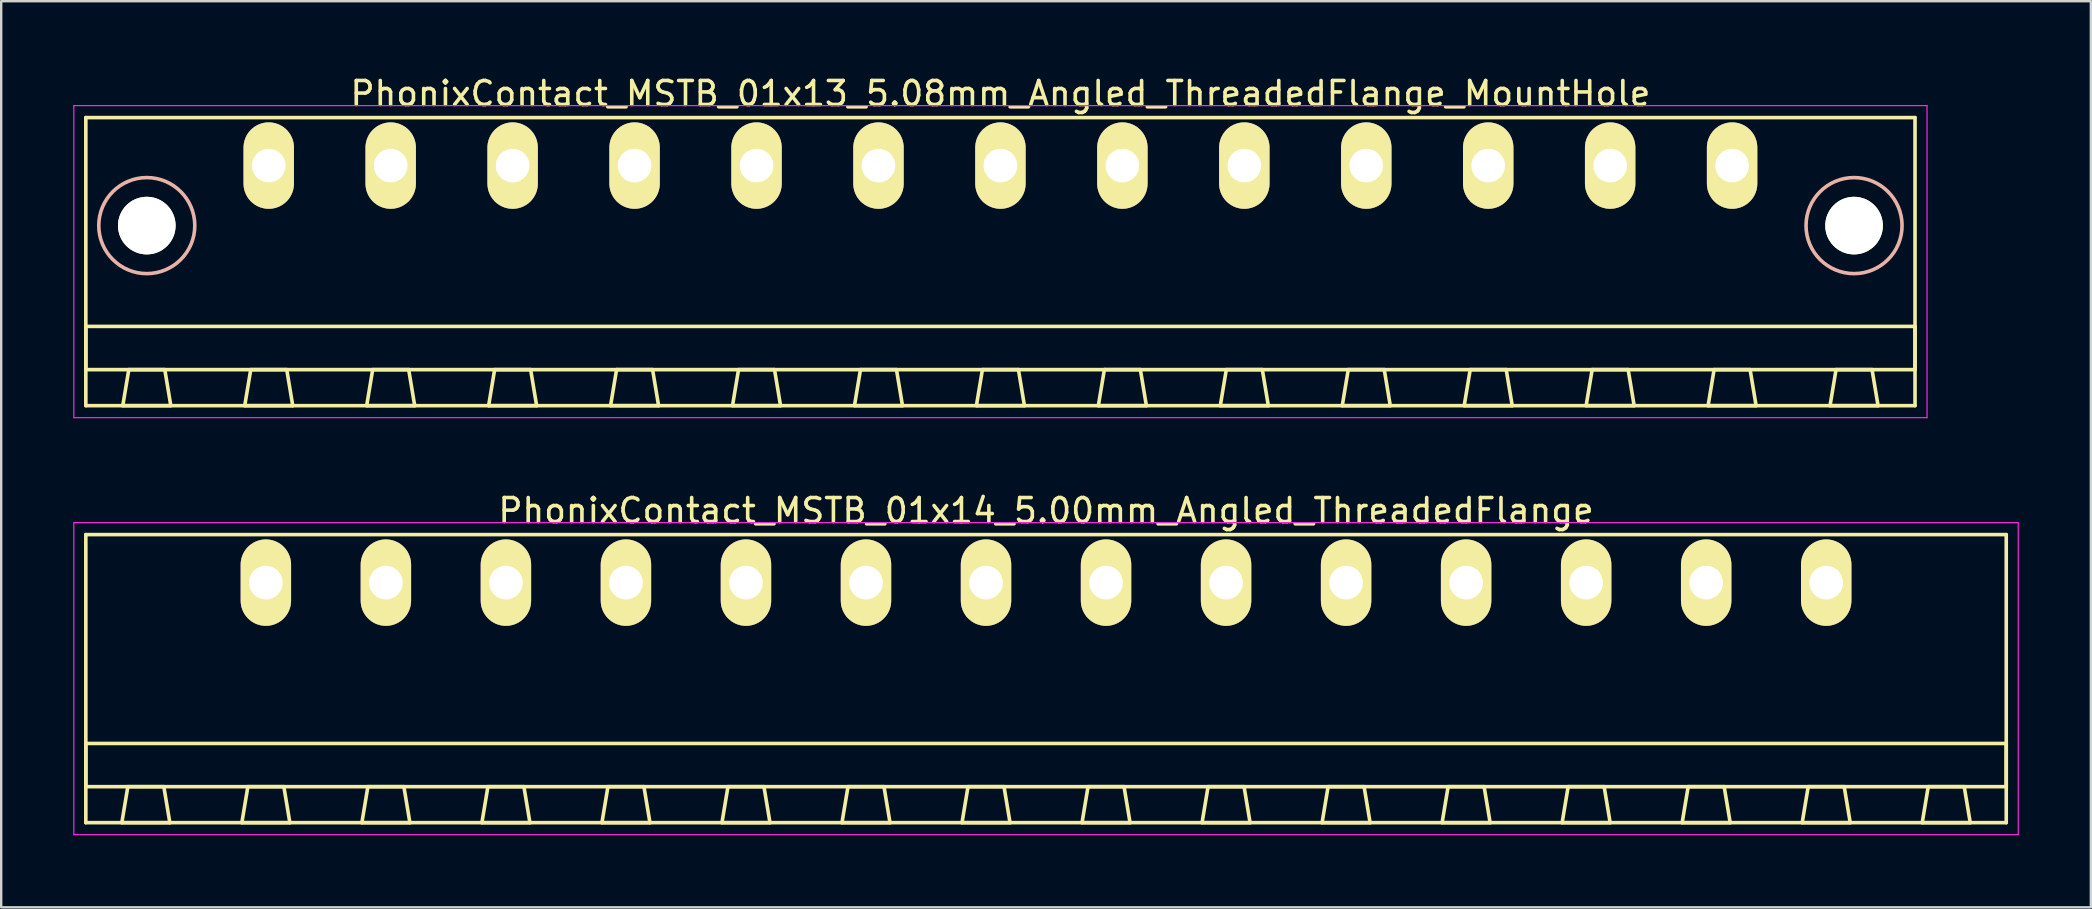
<source format=kicad_pcb>
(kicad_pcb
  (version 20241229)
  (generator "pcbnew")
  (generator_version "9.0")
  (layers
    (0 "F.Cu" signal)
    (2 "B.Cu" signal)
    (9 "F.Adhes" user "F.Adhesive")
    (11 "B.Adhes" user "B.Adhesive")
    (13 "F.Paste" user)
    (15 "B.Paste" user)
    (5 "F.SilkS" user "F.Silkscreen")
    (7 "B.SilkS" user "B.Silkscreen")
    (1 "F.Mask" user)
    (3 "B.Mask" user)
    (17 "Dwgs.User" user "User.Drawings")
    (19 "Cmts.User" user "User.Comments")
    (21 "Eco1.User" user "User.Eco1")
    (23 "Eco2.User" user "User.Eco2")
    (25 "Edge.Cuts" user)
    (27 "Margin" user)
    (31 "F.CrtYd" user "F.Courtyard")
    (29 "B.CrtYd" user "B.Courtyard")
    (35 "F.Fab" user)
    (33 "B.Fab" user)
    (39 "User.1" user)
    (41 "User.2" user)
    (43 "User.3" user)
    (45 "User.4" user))
  (footprint "PhonixContact_MSTB_01x13_5.08mm_Angled_ThreadedFlange_MountHole"
    (layer "F.Cu")
    (at 8.145 3.848)
    (property "Reference" "PhonixContact_MSTB_01x13_5.08mm_Angled_ThreadedFlange_MountHole" (at 30.48 -3 0) (layer "F.SilkS") (effects (font (size 1 1) (thickness 0.15))))
    (attr through_hole)
    (fp_line (start -7.62 -2) (end -7.62 10) (stroke (width 0.15) (type solid)) (layer "F.SilkS"))
    (fp_line (start -7.62 6.7) (end 68.58 6.7) (stroke (width 0.15) (type solid)) (layer "F.SilkS"))
    (fp_line (start -7.62 8.5) (end -7.62 6.7) (stroke (width 0.15) (type solid)) (layer "F.SilkS"))
    (fp_line (start -7.62 10) (end 68.58 10) (stroke (width 0.15) (type solid)) (layer "F.SilkS"))
    (fp_line (start -6.08 10) (end -4.08 10) (stroke (width 0.15) (type solid)) (layer "F.SilkS"))
    (fp_line (start -5.83 8.5) (end -6.08 10) (stroke (width 0.15) (type solid)) (layer "F.SilkS"))
    (fp_line (start -4.33 8.5) (end -5.83 8.5) (stroke (width 0.15) (type solid)) (layer "F.SilkS"))
    (fp_line (start -4.08 10) (end -4.33 8.5) (stroke (width 0.15) (type solid)) (layer "F.SilkS"))
    (fp_line (start -1 10) (end 1 10) (stroke (width 0.15) (type solid)) (layer "F.SilkS"))
    (fp_line (start -0.75 8.5) (end -1 10) (stroke (width 0.15) (type solid)) (layer "F.SilkS"))
    (fp_line (start 0.75 8.5) (end -0.75 8.5) (stroke (width 0.15) (type solid)) (layer "F.SilkS"))
    (fp_line (start 1 10) (end 0.75 8.5) (stroke (width 0.15) (type solid)) (layer "F.SilkS"))
    (fp_line (start 4.08 10) (end 6.08 10) (stroke (width 0.15) (type solid)) (layer "F.SilkS"))
    (fp_line (start 4.33 8.5) (end 4.08 10) (stroke (width 0.15) (type solid)) (layer "F.SilkS"))
    (fp_line (start 5.83 8.5) (end 4.33 8.5) (stroke (width 0.15) (type solid)) (layer "F.SilkS"))
    (fp_line (start 6.08 10) (end 5.83 8.5) (stroke (width 0.15) (type solid)) (layer "F.SilkS"))
    (fp_line (start 9.16 10) (end 11.16 10) (stroke (width 0.15) (type solid)) (layer "F.SilkS"))
    (fp_line (start 9.41 8.5) (end 9.16 10) (stroke (width 0.15) (type solid)) (layer "F.SilkS"))
    (fp_line (start 10.91 8.5) (end 9.41 8.5) (stroke (width 0.15) (type solid)) (layer "F.SilkS"))
    (fp_line (start 11.16 10) (end 10.91 8.5) (stroke (width 0.15) (type solid)) (layer "F.SilkS"))
    (fp_line (start 14.24 10) (end 16.24 10) (stroke (width 0.15) (type solid)) (layer "F.SilkS"))
    (fp_line (start 14.49 8.5) (end 14.24 10) (stroke (width 0.15) (type solid)) (layer "F.SilkS"))
    (fp_line (start 15.99 8.5) (end 14.49 8.5) (stroke (width 0.15) (type solid)) (layer "F.SilkS"))
    (fp_line (start 16.24 10) (end 15.99 8.5) (stroke (width 0.15) (type solid)) (layer "F.SilkS"))
    (fp_line (start 19.32 10) (end 21.32 10) (stroke (width 0.15) (type solid)) (layer "F.SilkS"))
    (fp_line (start 19.57 8.5) (end 19.32 10) (stroke (width 0.15) (type solid)) (layer "F.SilkS"))
    (fp_line (start 21.07 8.5) (end 19.57 8.5) (stroke (width 0.15) (type solid)) (layer "F.SilkS"))
    (fp_line (start 21.32 10) (end 21.07 8.5) (stroke (width 0.15) (type solid)) (layer "F.SilkS"))
    (fp_line (start 24.4 10) (end 26.4 10) (stroke (width 0.15) (type solid)) (layer "F.SilkS"))
    (fp_line (start 24.65 8.5) (end 24.4 10) (stroke (width 0.15) (type solid)) (layer "F.SilkS"))
    (fp_line (start 26.15 8.5) (end 24.65 8.5) (stroke (width 0.15) (type solid)) (layer "F.SilkS"))
    (fp_line (start 26.4 10) (end 26.15 8.5) (stroke (width 0.15) (type solid)) (layer "F.SilkS"))
    (fp_line (start 29.48 10) (end 31.48 10) (stroke (width 0.15) (type solid)) (layer "F.SilkS"))
    (fp_line (start 29.73 8.5) (end 29.48 10) (stroke (width 0.15) (type solid)) (layer "F.SilkS"))
    (fp_line (start 31.23 8.5) (end 29.73 8.5) (stroke (width 0.15) (type solid)) (layer "F.SilkS"))
    (fp_line (start 31.48 10) (end 31.23 8.5) (stroke (width 0.15) (type solid)) (layer "F.SilkS"))
    (fp_line (start 34.56 10) (end 36.56 10) (stroke (width 0.15) (type solid)) (layer "F.SilkS"))
    (fp_line (start 34.81 8.5) (end 34.56 10) (stroke (width 0.15) (type solid)) (layer "F.SilkS"))
    (fp_line (start 36.31 8.5) (end 34.81 8.5) (stroke (width 0.15) (type solid)) (layer "F.SilkS"))
    (fp_line (start 36.56 10) (end 36.31 8.5) (stroke (width 0.15) (type solid)) (layer "F.SilkS"))
    (fp_line (start 39.64 10) (end 41.64 10) (stroke (width 0.15) (type solid)) (layer "F.SilkS"))
    (fp_line (start 39.89 8.5) (end 39.64 10) (stroke (width 0.15) (type solid)) (layer "F.SilkS"))
    (fp_line (start 41.39 8.5) (end 39.89 8.5) (stroke (width 0.15) (type solid)) (layer "F.SilkS"))
    (fp_line (start 41.64 10) (end 41.39 8.5) (stroke (width 0.15) (type solid)) (layer "F.SilkS"))
    (fp_line (start 44.72 10) (end 46.72 10) (stroke (width 0.15) (type solid)) (layer "F.SilkS"))
    (fp_line (start 44.97 8.5) (end 44.72 10) (stroke (width 0.15) (type solid)) (layer "F.SilkS"))
    (fp_line (start 46.47 8.5) (end 44.97 8.5) (stroke (width 0.15) (type solid)) (layer "F.SilkS"))
    (fp_line (start 46.72 10) (end 46.47 8.5) (stroke (width 0.15) (type solid)) (layer "F.SilkS"))
    (fp_line (start 49.8 10) (end 51.8 10) (stroke (width 0.15) (type solid)) (layer "F.SilkS"))
    (fp_line (start 50.05 8.5) (end 49.8 10) (stroke (width 0.15) (type solid)) (layer "F.SilkS"))
    (fp_line (start 51.55 8.5) (end 50.05 8.5) (stroke (width 0.15) (type solid)) (layer "F.SilkS"))
    (fp_line (start 51.8 10) (end 51.55 8.5) (stroke (width 0.15) (type solid)) (layer "F.SilkS"))
    (fp_line (start 54.88 10) (end 56.88 10) (stroke (width 0.15) (type solid)) (layer "F.SilkS"))
    (fp_line (start 55.13 8.5) (end 54.88 10) (stroke (width 0.15) (type solid)) (layer "F.SilkS"))
    (fp_line (start 56.63 8.5) (end 55.13 8.5) (stroke (width 0.15) (type solid)) (layer "F.SilkS"))
    (fp_line (start 56.88 10) (end 56.63 8.5) (stroke (width 0.15) (type solid)) (layer "F.SilkS"))
    (fp_line (start 59.96 10) (end 61.96 10) (stroke (width 0.15) (type solid)) (layer "F.SilkS"))
    (fp_line (start 60.21 8.5) (end 59.96 10) (stroke (width 0.15) (type solid)) (layer "F.SilkS"))
    (fp_line (start 61.71 8.5) (end 60.21 8.5) (stroke (width 0.15) (type solid)) (layer "F.SilkS"))
    (fp_line (start 61.96 10) (end 61.71 8.5) (stroke (width 0.15) (type solid)) (layer "F.SilkS"))
    (fp_line (start 65.04 10) (end 67.04 10) (stroke (width 0.15) (type solid)) (layer "F.SilkS"))
    (fp_line (start 65.29 8.5) (end 65.04 10) (stroke (width 0.15) (type solid)) (layer "F.SilkS"))
    (fp_line (start 66.79 8.5) (end 65.29 8.5) (stroke (width 0.15) (type solid)) (layer "F.SilkS"))
    (fp_line (start 67.04 10) (end 66.79 8.5) (stroke (width 0.15) (type solid)) (layer "F.SilkS"))
    (fp_line (start 68.58 -2) (end -7.62 -2) (stroke (width 0.15) (type solid)) (layer "F.SilkS"))
    (fp_line (start 68.58 6.7) (end 68.58 8.5) (stroke (width 0.15) (type solid)) (layer "F.SilkS"))
    (fp_line (start 68.58 8.5) (end -7.62 8.5) (stroke (width 0.15) (type solid)) (layer "F.SilkS"))
    (fp_line (start 68.58 10) (end 68.58 -2) (stroke (width 0.15) (type solid)) (layer "F.SilkS"))
    (fp_circle (center -5.08 2.5) (end -3.08 2.5) (stroke (width 0.15) (type solid)) (fill no) (layer "B.SilkS"))
    (fp_circle (center 66.04 2.5) (end 68.04 2.5) (stroke (width 0.15) (type solid)) (fill no) (layer "B.SilkS"))
    (fp_line (start -8.12 -2.5) (end -8.12 10.5) (stroke (width 0.05) (type solid)) (layer "F.CrtYd"))
    (fp_line (start -8.12 10.5) (end 69.08 10.5) (stroke (width 0.05) (type solid)) (layer "F.CrtYd"))
    (fp_line (start 69.08 -2.5) (end -8.12 -2.5) (stroke (width 0.05) (type solid)) (layer "F.CrtYd"))
    (fp_line (start 69.08 10.5) (end 69.08 -2.5) (stroke (width 0.05) (type solid)) (layer "F.CrtYd"))
    (pad "" np_thru_hole circle (at -5.08 2.5) (size 2.4 2.4) (drill 2.4) (layers "*.Cu" "*.Mask" "F.SilkS"))
    (pad "" np_thru_hole circle (at 66.04 2.5) (size 2.4 2.4) (drill 2.4) (layers "*.Cu" "*.Mask" "F.SilkS"))
    (pad "1" thru_hole oval (at 0 0) (size 2.1 3.6) (drill 1.4) (layers "*.Cu" "*.Mask" "F.SilkS"))
    (pad "2" thru_hole oval (at 5.08 0) (size 2.1 3.6) (drill 1.4) (layers "*.Cu" "*.Mask" "F.SilkS"))
    (pad "3" thru_hole oval (at 10.16 0) (size 2.1 3.6) (drill 1.4) (layers "*.Cu" "*.Mask" "F.SilkS"))
    (pad "4" thru_hole oval (at 15.24 0) (size 2.1 3.6) (drill 1.4) (layers "*.Cu" "*.Mask" "F.SilkS"))
    (pad "5" thru_hole oval (at 20.32 0) (size 2.1 3.6) (drill 1.4) (layers "*.Cu" "*.Mask" "F.SilkS"))
    (pad "6" thru_hole oval (at 25.4 0) (size 2.1 3.6) (drill 1.4) (layers "*.Cu" "*.Mask" "F.SilkS"))
    (pad "7" thru_hole oval (at 30.48 0) (size 2.1 3.6) (drill 1.4) (layers "*.Cu" "*.Mask" "F.SilkS"))
    (pad "8" thru_hole oval (at 35.56 0) (size 2.1 3.6) (drill 1.4) (layers "*.Cu" "*.Mask" "F.SilkS"))
    (pad "9" thru_hole oval (at 40.64 0) (size 2.1 3.6) (drill 1.4) (layers "*.Cu" "*.Mask" "F.SilkS"))
    (pad "10" thru_hole oval (at 45.72 0) (size 2.1 3.6) (drill 1.4) (layers "*.Cu" "*.Mask" "F.SilkS"))
    (pad "11" thru_hole oval (at 50.8 0) (size 2.1 3.6) (drill 1.4) (layers "*.Cu" "*.Mask" "F.SilkS"))
    (pad "12" thru_hole oval (at 55.88 0) (size 2.1 3.6) (drill 1.4) (layers "*.Cu" "*.Mask" "F.SilkS"))
    (pad "13" thru_hole oval (at 60.96 0) (size 2.1 3.6) (drill 1.4) (layers "*.Cu" "*.Mask" "F.SilkS")))
  (footprint "PhonixContact_MSTB_01x14_5.00mm_Angled_ThreadedFlange"
    (layer "F.Cu")
    (at 8.025 21.221)
    (property "Reference" "PhonixContact_MSTB_01x14_5.00mm_Angled_ThreadedFlange" (at 32.5 -3 0) (layer "F.SilkS") (effects (font (size 1 1) (thickness 0.15))))
    (attr through_hole)
    (fp_line (start -7.5 -2) (end -7.5 10) (stroke (width 0.15) (type solid)) (layer "F.SilkS"))
    (fp_line (start -7.5 6.7) (end 72.5 6.7) (stroke (width 0.15) (type solid)) (layer "F.SilkS"))
    (fp_line (start -7.5 8.5) (end -7.5 6.7) (stroke (width 0.15) (type solid)) (layer "F.SilkS"))
    (fp_line (start -7.5 10) (end 72.5 10) (stroke (width 0.15) (type solid)) (layer "F.SilkS"))
    (fp_line (start -6 10) (end -4 10) (stroke (width 0.15) (type solid)) (layer "F.SilkS"))
    (fp_line (start -5.75 8.5) (end -6 10) (stroke (width 0.15) (type solid)) (layer "F.SilkS"))
    (fp_line (start -4.25 8.5) (end -5.75 8.5) (stroke (width 0.15) (type solid)) (layer "F.SilkS"))
    (fp_line (start -4 10) (end -4.25 8.5) (stroke (width 0.15) (type solid)) (layer "F.SilkS"))
    (fp_line (start -1 10) (end 1 10) (stroke (width 0.15) (type solid)) (layer "F.SilkS"))
    (fp_line (start -0.75 8.5) (end -1 10) (stroke (width 0.15) (type solid)) (layer "F.SilkS"))
    (fp_line (start 0.75 8.5) (end -0.75 8.5) (stroke (width 0.15) (type solid)) (layer "F.SilkS"))
    (fp_line (start 1 10) (end 0.75 8.5) (stroke (width 0.15) (type solid)) (layer "F.SilkS"))
    (fp_line (start 4 10) (end 6 10) (stroke (width 0.15) (type solid)) (layer "F.SilkS"))
    (fp_line (start 4.25 8.5) (end 4 10) (stroke (width 0.15) (type solid)) (layer "F.SilkS"))
    (fp_line (start 5.75 8.5) (end 4.25 8.5) (stroke (width 0.15) (type solid)) (layer "F.SilkS"))
    (fp_line (start 6 10) (end 5.75 8.5) (stroke (width 0.15) (type solid)) (layer "F.SilkS"))
    (fp_line (start 9 10) (end 11 10) (stroke (width 0.15) (type solid)) (layer "F.SilkS"))
    (fp_line (start 9.25 8.5) (end 9 10) (stroke (width 0.15) (type solid)) (layer "F.SilkS"))
    (fp_line (start 10.75 8.5) (end 9.25 8.5) (stroke (width 0.15) (type solid)) (layer "F.SilkS"))
    (fp_line (start 11 10) (end 10.75 8.5) (stroke (width 0.15) (type solid)) (layer "F.SilkS"))
    (fp_line (start 14 10) (end 16 10) (stroke (width 0.15) (type solid)) (layer "F.SilkS"))
    (fp_line (start 14.25 8.5) (end 14 10) (stroke (width 0.15) (type solid)) (layer "F.SilkS"))
    (fp_line (start 15.75 8.5) (end 14.25 8.5) (stroke (width 0.15) (type solid)) (layer "F.SilkS"))
    (fp_line (start 16 10) (end 15.75 8.5) (stroke (width 0.15) (type solid)) (layer "F.SilkS"))
    (fp_line (start 19 10) (end 21 10) (stroke (width 0.15) (type solid)) (layer "F.SilkS"))
    (fp_line (start 19.25 8.5) (end 19 10) (stroke (width 0.15) (type solid)) (layer "F.SilkS"))
    (fp_line (start 20.75 8.5) (end 19.25 8.5) (stroke (width 0.15) (type solid)) (layer "F.SilkS"))
    (fp_line (start 21 10) (end 20.75 8.5) (stroke (width 0.15) (type solid)) (layer "F.SilkS"))
    (fp_line (start 24 10) (end 26 10) (stroke (width 0.15) (type solid)) (layer "F.SilkS"))
    (fp_line (start 24.25 8.5) (end 24 10) (stroke (width 0.15) (type solid)) (layer "F.SilkS"))
    (fp_line (start 25.75 8.5) (end 24.25 8.5) (stroke (width 0.15) (type solid)) (layer "F.SilkS"))
    (fp_line (start 26 10) (end 25.75 8.5) (stroke (width 0.15) (type solid)) (layer "F.SilkS"))
    (fp_line (start 29 10) (end 31 10) (stroke (width 0.15) (type solid)) (layer "F.SilkS"))
    (fp_line (start 29.25 8.5) (end 29 10) (stroke (width 0.15) (type solid)) (layer "F.SilkS"))
    (fp_line (start 30.75 8.5) (end 29.25 8.5) (stroke (width 0.15) (type solid)) (layer "F.SilkS"))
    (fp_line (start 31 10) (end 30.75 8.5) (stroke (width 0.15) (type solid)) (layer "F.SilkS"))
    (fp_line (start 34 10) (end 36 10) (stroke (width 0.15) (type solid)) (layer "F.SilkS"))
    (fp_line (start 34.25 8.5) (end 34 10) (stroke (width 0.15) (type solid)) (layer "F.SilkS"))
    (fp_line (start 35.75 8.5) (end 34.25 8.5) (stroke (width 0.15) (type solid)) (layer "F.SilkS"))
    (fp_line (start 36 10) (end 35.75 8.5) (stroke (width 0.15) (type solid)) (layer "F.SilkS"))
    (fp_line (start 39 10) (end 41 10) (stroke (width 0.15) (type solid)) (layer "F.SilkS"))
    (fp_line (start 39.25 8.5) (end 39 10) (stroke (width 0.15) (type solid)) (layer "F.SilkS"))
    (fp_line (start 40.75 8.5) (end 39.25 8.5) (stroke (width 0.15) (type solid)) (layer "F.SilkS"))
    (fp_line (start 41 10) (end 40.75 8.5) (stroke (width 0.15) (type solid)) (layer "F.SilkS"))
    (fp_line (start 44 10) (end 46 10) (stroke (width 0.15) (type solid)) (layer "F.SilkS"))
    (fp_line (start 44.25 8.5) (end 44 10) (stroke (width 0.15) (type solid)) (layer "F.SilkS"))
    (fp_line (start 45.75 8.5) (end 44.25 8.5) (stroke (width 0.15) (type solid)) (layer "F.SilkS"))
    (fp_line (start 46 10) (end 45.75 8.5) (stroke (width 0.15) (type solid)) (layer "F.SilkS"))
    (fp_line (start 49 10) (end 51 10) (stroke (width 0.15) (type solid)) (layer "F.SilkS"))
    (fp_line (start 49.25 8.5) (end 49 10) (stroke (width 0.15) (type solid)) (layer "F.SilkS"))
    (fp_line (start 50.75 8.5) (end 49.25 8.5) (stroke (width 0.15) (type solid)) (layer "F.SilkS"))
    (fp_line (start 51 10) (end 50.75 8.5) (stroke (width 0.15) (type solid)) (layer "F.SilkS"))
    (fp_line (start 54 10) (end 56 10) (stroke (width 0.15) (type solid)) (layer "F.SilkS"))
    (fp_line (start 54.25 8.5) (end 54 10) (stroke (width 0.15) (type solid)) (layer "F.SilkS"))
    (fp_line (start 55.75 8.5) (end 54.25 8.5) (stroke (width 0.15) (type solid)) (layer "F.SilkS"))
    (fp_line (start 56 10) (end 55.75 8.5) (stroke (width 0.15) (type solid)) (layer "F.SilkS"))
    (fp_line (start 59 10) (end 61 10) (stroke (width 0.15) (type solid)) (layer "F.SilkS"))
    (fp_line (start 59.25 8.5) (end 59 10) (stroke (width 0.15) (type solid)) (layer "F.SilkS"))
    (fp_line (start 60.75 8.5) (end 59.25 8.5) (stroke (width 0.15) (type solid)) (layer "F.SilkS"))
    (fp_line (start 61 10) (end 60.75 8.5) (stroke (width 0.15) (type solid)) (layer "F.SilkS"))
    (fp_line (start 64 10) (end 66 10) (stroke (width 0.15) (type solid)) (layer "F.SilkS"))
    (fp_line (start 64.25 8.5) (end 64 10) (stroke (width 0.15) (type solid)) (layer "F.SilkS"))
    (fp_line (start 65.75 8.5) (end 64.25 8.5) (stroke (width 0.15) (type solid)) (layer "F.SilkS"))
    (fp_line (start 66 10) (end 65.75 8.5) (stroke (width 0.15) (type solid)) (layer "F.SilkS"))
    (fp_line (start 69 10) (end 71 10) (stroke (width 0.15) (type solid)) (layer "F.SilkS"))
    (fp_line (start 69.25 8.5) (end 69 10) (stroke (width 0.15) (type solid)) (layer "F.SilkS"))
    (fp_line (start 70.75 8.5) (end 69.25 8.5) (stroke (width 0.15) (type solid)) (layer "F.SilkS"))
    (fp_line (start 71 10) (end 70.75 8.5) (stroke (width 0.15) (type solid)) (layer "F.SilkS"))
    (fp_line (start 72.5 -2) (end -7.5 -2) (stroke (width 0.15) (type solid)) (layer "F.SilkS"))
    (fp_line (start 72.5 6.7) (end 72.5 8.5) (stroke (width 0.15) (type solid)) (layer "F.SilkS"))
    (fp_line (start 72.5 8.5) (end -7.5 8.5) (stroke (width 0.15) (type solid)) (layer "F.SilkS"))
    (fp_line (start 72.5 10) (end 72.5 -2) (stroke (width 0.15) (type solid)) (layer "F.SilkS"))
    (fp_line (start -8 -2.5) (end -8 10.5) (stroke (width 0.05) (type solid)) (layer "F.CrtYd"))
    (fp_line (start -8 10.5) (end 73 10.5) (stroke (width 0.05) (type solid)) (layer "F.CrtYd"))
    (fp_line (start 73 -2.5) (end -8 -2.5) (stroke (width 0.05) (type solid)) (layer "F.CrtYd"))
    (fp_line (start 73 10.5) (end 73 -2.5) (stroke (width 0.05) (type solid)) (layer "F.CrtYd"))
    (pad "1" thru_hole oval (at 0 0) (size 2.1 3.6) (drill 1.4) (layers "*.Cu" "*.Mask" "F.SilkS"))
    (pad "2" thru_hole oval (at 5 0) (size 2.1 3.6) (drill 1.4) (layers "*.Cu" "*.Mask" "F.SilkS"))
    (pad "3" thru_hole oval (at 10 0) (size 2.1 3.6) (drill 1.4) (layers "*.Cu" "*.Mask" "F.SilkS"))
    (pad "4" thru_hole oval (at 15 0) (size 2.1 3.6) (drill 1.4) (layers "*.Cu" "*.Mask" "F.SilkS"))
    (pad "5" thru_hole oval (at 20 0) (size 2.1 3.6) (drill 1.4) (layers "*.Cu" "*.Mask" "F.SilkS"))
    (pad "6" thru_hole oval (at 25 0) (size 2.1 3.6) (drill 1.4) (layers "*.Cu" "*.Mask" "F.SilkS"))
    (pad "7" thru_hole oval (at 30 0) (size 2.1 3.6) (drill 1.4) (layers "*.Cu" "*.Mask" "F.SilkS"))
    (pad "8" thru_hole oval (at 35 0) (size 2.1 3.6) (drill 1.4) (layers "*.Cu" "*.Mask" "F.SilkS"))
    (pad "9" thru_hole oval (at 40 0) (size 2.1 3.6) (drill 1.4) (layers "*.Cu" "*.Mask" "F.SilkS"))
    (pad "10" thru_hole oval (at 45 0) (size 2.1 3.6) (drill 1.4) (layers "*.Cu" "*.Mask" "F.SilkS"))
    (pad "11" thru_hole oval (at 50 0) (size 2.1 3.6) (drill 1.4) (layers "*.Cu" "*.Mask" "F.SilkS"))
    (pad "12" thru_hole oval (at 55 0) (size 2.1 3.6) (drill 1.4) (layers "*.Cu" "*.Mask" "F.SilkS"))
    (pad "13" thru_hole oval (at 60 0) (size 2.1 3.6) (drill 1.4) (layers "*.Cu" "*.Mask" "F.SilkS"))
    (pad "14" thru_hole oval (at 65 0) (size 2.1 3.6) (drill 1.4) (layers "*.Cu" "*.Mask" "F.SilkS")))
  (gr_rect
    (start -3 -3)
    (end 84.05 34.746)
    (stroke (width 0.1) (type default))
    (fill no)
    (layer "Edge.Cuts")))
</source>
